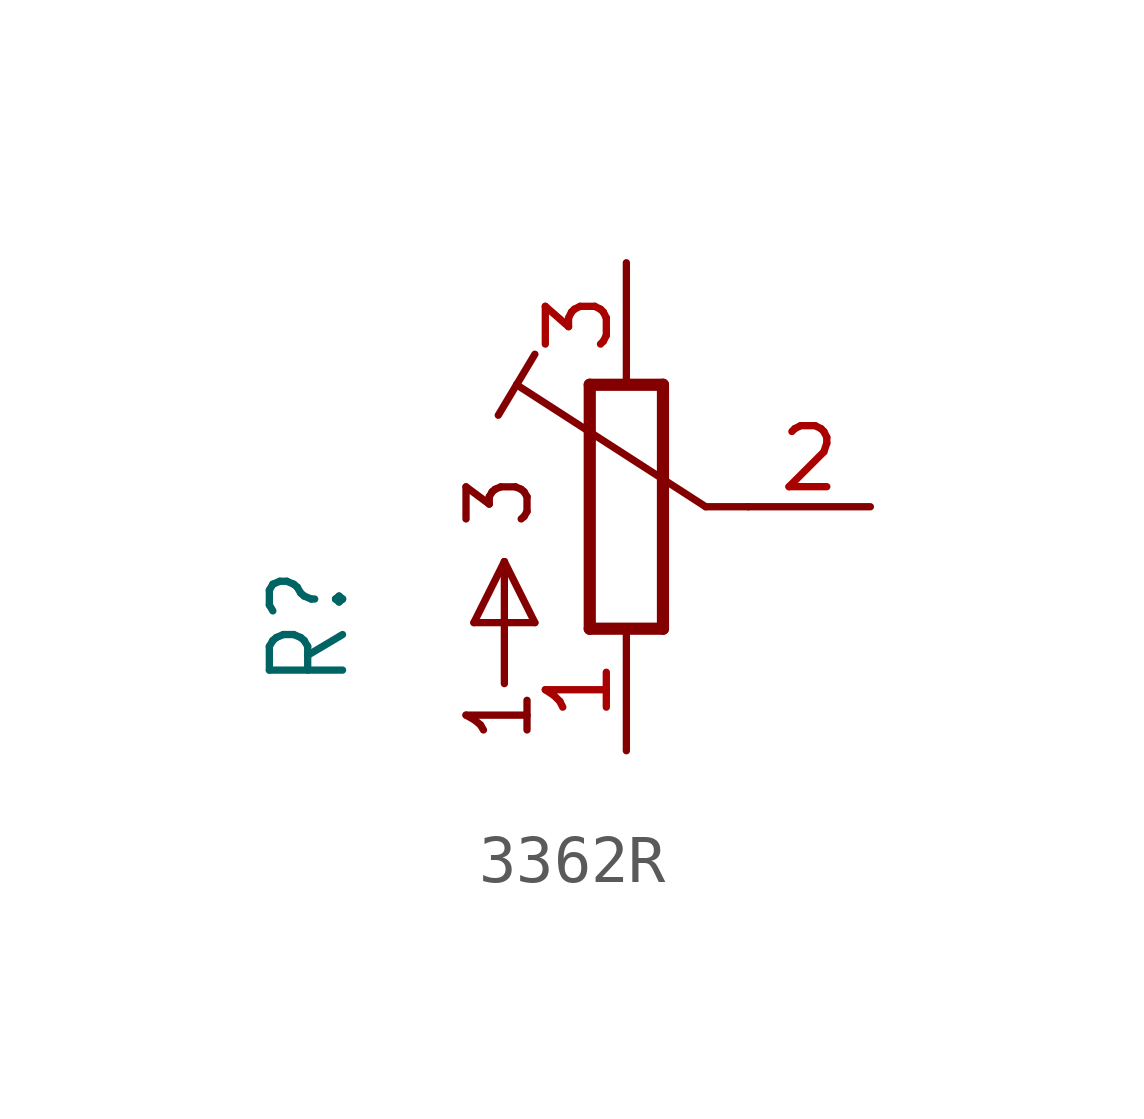
<source format=kicad_sym>
(kicad_symbol_lib
  (version 20220914)
  (generator kicad_symbol_editor)
  (symbol "3362R"
    (property "Reference" "R"
      (at -5.715 -3.81 90)
      (effects (font (size 1.524 1.295)) (justify left bottom)))
    (property "Value" ""
      (at -3.81 -3.81 90)
      (effects (font (size 1.524 1.295)) (justify left bottom)))
    (property "ki_locked" ""
      (at 0 0 0)
      (effects (font (size 1.27 1.27))))
    (symbol "3362R_1_0"
      (polyline (pts (xy -3.175 -2.413) (xy -1.905 -2.413)) (stroke (width 0.152) (type solid)) (fill (type none)))
      (polyline (pts (xy -2.667 1.905) (xy -2.286 2.54)) (stroke (width 0.152) (type solid)) (fill (type none)))
      (polyline (pts (xy -2.54 -3.683) (xy -2.54 -1.143)) (stroke (width 0.152) (type solid)) (fill (type none)))
      (polyline (pts (xy -2.54 -1.143) (xy -3.175 -2.413)) (stroke (width 0.152) (type solid)) (fill (type none)))
      (polyline (pts (xy -2.286 2.54) (xy -1.905 3.175)) (stroke (width 0.152) (type solid)) (fill (type none)))
      (polyline (pts (xy -1.905 -2.413) (xy -2.54 -1.143)) (stroke (width 0.152) (type solid)) (fill (type none)))
      (polyline (pts (xy -0.762 -2.54) (xy 0.762 -2.54)) (stroke (width 0.254) (type solid)) (fill (type none)))
      (polyline (pts (xy -0.762 2.54) (xy -0.762 -2.54)) (stroke (width 0.254) (type solid)) (fill (type none)))
      (polyline (pts (xy 0.762 -2.54) (xy 0.762 2.54)) (stroke (width 0.254) (type solid)) (fill (type none)))
      (polyline (pts (xy 0.762 2.54) (xy -0.762 2.54)) (stroke (width 0.254) (type solid)) (fill (type none)))
      (polyline (pts (xy 1.651 0) (xy -2.286 2.54)) (stroke (width 0.152) (type solid)) (fill (type none)))
      (polyline (pts (xy 2.54 0) (xy 1.651 0)) (stroke (width 0.152) (type solid)) (fill (type none)))
      (text "1" (at -1.905 -4.953 900) (effects (font (size 1.27 1.079)) (justify left bottom)))
      (text "3" (at -1.905 -0.508 900) (effects (font (size 1.27 1.079)) (justify left bottom)))
      (pin passive line (at 0 -5.08 90) (length 2.54) (name "1" (effects (font (size 0 0)))) (number "1" (effects (font (size 1.27 1.27)))))
      (pin passive line (at 5.08 0 180) (length 2.54) (name "2" (effects (font (size 0 0)))) (number "2" (effects (font (size 1.27 1.27)))))
      (pin passive line (at 0 5.08 270) (length 2.54) (name "3" (effects (font (size 0 0)))) (number "3" (effects (font (size 1.27 1.27))))))))
</source>
